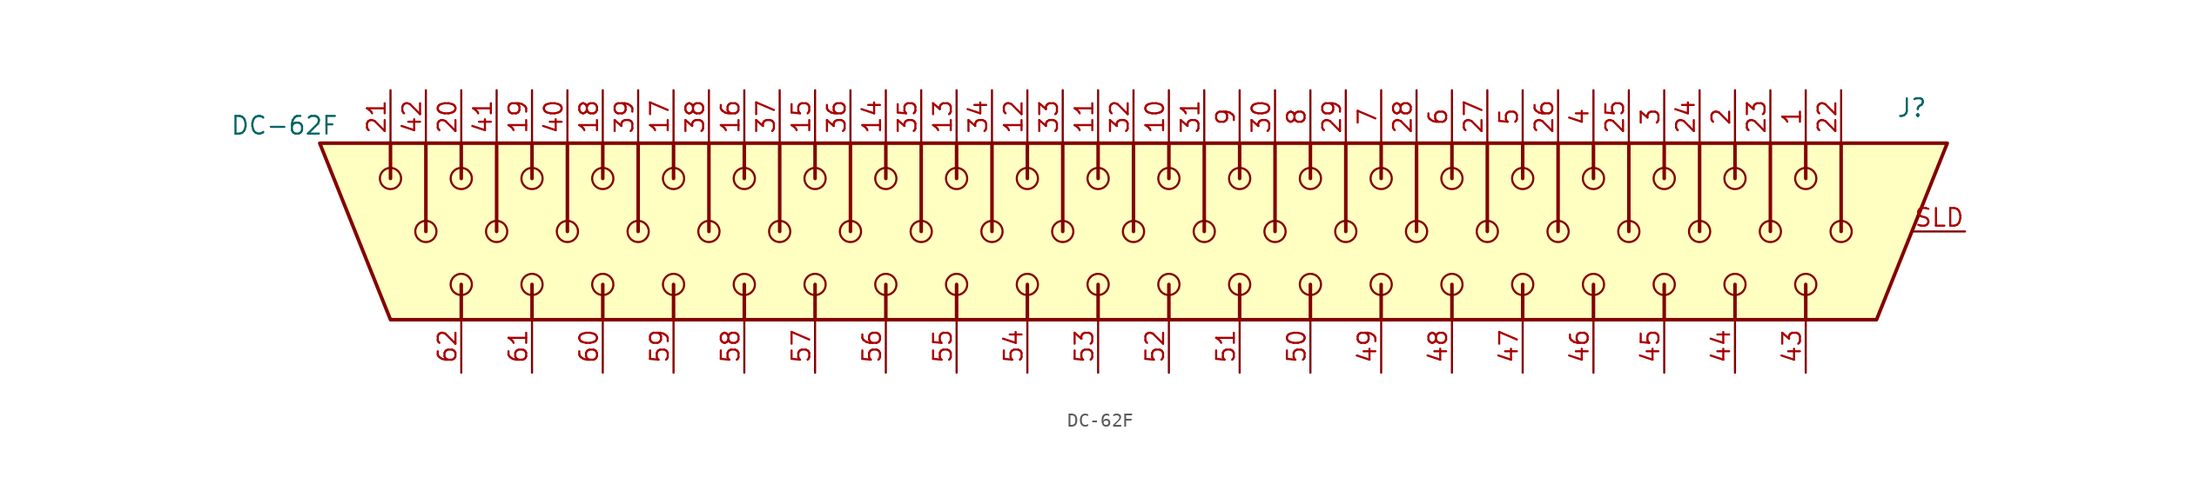
<source format=kicad_sym>
(kicad_symbol_lib
  (version 20241209)
  (generator "kicad_symbol_editor")
  (generator_version "9.0")
  (symbol "DC-62F"
    (pin_names
      (hide yes))
    (property "Reference" "J"
      (at 55.88 8.89 0)
      (effects (font (size 1.27 1.27))))
    (property "Value" "DC-62F"
      (at -60.96 7.62 0)
      (effects (font (size 1.27 1.27))))
    (symbol "DC-62F_0_1"
      (polyline (pts (xy -58.42 6.35) (xy 58.42 6.35) (xy 53.34 -6.35) (xy -53.34 -6.35) (xy -58.42 6.35)) (stroke (width 0.254) (type solid)) (fill (type background)))
      (polyline (pts (xy -48.26 6.35) (xy -48.26 3.81)) (stroke (width 0.254) (type solid)) (fill (type none)))
      (polyline (pts (xy -48.26 -3.81) (xy -48.26 -6.35)) (stroke (width 0.254) (type solid)) (fill (type none)))
      (polyline (pts (xy -45.72 6.35) (xy -45.72 0)) (stroke (width 0.254) (type solid)) (fill (type none)))
      (polyline (pts (xy -43.18 6.35) (xy -43.18 3.81)) (stroke (width 0.254) (type solid)) (fill (type none)))
      (polyline (pts (xy -43.18 -3.81) (xy -43.18 -6.35)) (stroke (width 0.254) (type solid)) (fill (type none)))
      (polyline (pts (xy -40.64 6.35) (xy -40.64 0)) (stroke (width 0.254) (type solid)) (fill (type none)))
      (polyline (pts (xy -38.1 6.35) (xy -38.1 3.81)) (stroke (width 0.254) (type solid)) (fill (type none)))
      (polyline (pts (xy -38.1 -3.81) (xy -38.1 -6.35)) (stroke (width 0.254) (type solid)) (fill (type none)))
      (polyline (pts (xy -35.56 6.35) (xy -35.56 0)) (stroke (width 0.254) (type solid)) (fill (type none)))
      (polyline (pts (xy -33.02 6.35) (xy -33.02 3.81)) (stroke (width 0.254) (type solid)) (fill (type none)))
      (polyline (pts (xy -33.02 -3.81) (xy -33.02 -6.35)) (stroke (width 0.254) (type solid)) (fill (type none)))
      (polyline (pts (xy -30.48 6.35) (xy -30.48 0)) (stroke (width 0.254) (type solid)) (fill (type none)))
      (polyline (pts (xy -27.94 6.35) (xy -27.94 3.81)) (stroke (width 0.254) (type solid)) (fill (type none)))
      (polyline (pts (xy -27.94 -3.81) (xy -27.94 -6.35)) (stroke (width 0.254) (type solid)) (fill (type none)))
      (polyline (pts (xy -25.4 6.35) (xy -25.4 0)) (stroke (width 0.254) (type solid)) (fill (type none)))
      (polyline (pts (xy -22.86 6.35) (xy -22.86 3.81)) (stroke (width 0.254) (type solid)) (fill (type none)))
      (polyline (pts (xy -22.86 -3.81) (xy -22.86 -6.35)) (stroke (width 0.254) (type solid)) (fill (type none)))
      (polyline (pts (xy -20.32 6.35) (xy -20.32 0)) (stroke (width 0.254) (type solid)) (fill (type none)))
      (polyline (pts (xy -17.78 6.35) (xy -17.78 3.81)) (stroke (width 0.254) (type solid)) (fill (type none)))
      (polyline (pts (xy -17.78 -3.81) (xy -17.78 -6.35)) (stroke (width 0.254) (type solid)) (fill (type none)))
      (polyline (pts (xy -15.24 6.35) (xy -15.24 0)) (stroke (width 0.254) (type solid)) (fill (type none)))
      (polyline (pts (xy -12.7 6.35) (xy -12.7 3.81)) (stroke (width 0.254) (type solid)) (fill (type none)))
      (polyline (pts (xy -12.7 -3.81) (xy -12.7 -6.35)) (stroke (width 0.254) (type solid)) (fill (type none)))
      (polyline (pts (xy -10.16 6.35) (xy -10.16 0)) (stroke (width 0.254) (type solid)) (fill (type none)))
      (polyline (pts (xy -7.62 6.35) (xy -7.62 3.81)) (stroke (width 0.254) (type solid)) (fill (type none)))
      (polyline (pts (xy -7.62 -3.81) (xy -7.62 -5.08) (xy -7.62 -6.35)) (stroke (width 0.254) (type solid)) (fill (type none)))
      (polyline (pts (xy -5.08 6.35) (xy -5.08 0)) (stroke (width 0.254) (type solid)) (fill (type none)))
      (polyline (pts (xy -2.54 6.35) (xy -2.54 3.81)) (stroke (width 0.254) (type solid)) (fill (type none)))
      (polyline (pts (xy -2.54 -3.81) (xy -2.54 -6.35)) (stroke (width 0.254) (type solid)) (fill (type none)))
      (polyline (pts (xy 0 6.35) (xy 0 0)) (stroke (width 0.254) (type solid)) (fill (type none)))
      (polyline (pts (xy 2.54 6.35) (xy 2.54 3.81)) (stroke (width 0.254) (type solid)) (fill (type none)))
      (polyline (pts (xy 2.54 -3.81) (xy 2.54 -5.08) (xy 2.54 -6.35)) (stroke (width 0.254) (type solid)) (fill (type none)))
      (polyline (pts (xy 5.08 6.35) (xy 5.08 0)) (stroke (width 0.254) (type solid)) (fill (type none)))
      (polyline (pts (xy 7.62 6.35) (xy 7.62 3.81)) (stroke (width 0.254) (type solid)) (fill (type none)))
      (polyline (pts (xy 7.62 -3.81) (xy 7.62 -6.35)) (stroke (width 0.254) (type solid)) (fill (type none)))
      (polyline (pts (xy 10.16 6.35) (xy 10.16 0)) (stroke (width 0.254) (type solid)) (fill (type none)))
      (polyline (pts (xy 12.7 6.35) (xy 12.7 3.81)) (stroke (width 0.254) (type solid)) (fill (type none)))
      (polyline (pts (xy 12.7 -3.81) (xy 12.7 -6.35)) (stroke (width 0.254) (type solid)) (fill (type none)))
      (polyline (pts (xy 15.24 6.35) (xy 15.24 0)) (stroke (width 0.254) (type solid)) (fill (type none)))
      (polyline (pts (xy 17.78 6.35) (xy 17.78 3.81)) (stroke (width 0.254) (type solid)) (fill (type none)))
      (polyline (pts (xy 17.78 -3.81) (xy 17.78 -6.35)) (stroke (width 0.254) (type solid)) (fill (type none)))
      (polyline (pts (xy 20.32 6.35) (xy 20.32 0)) (stroke (width 0.254) (type solid)) (fill (type none)))
      (polyline (pts (xy 22.86 6.35) (xy 22.86 3.81)) (stroke (width 0.254) (type solid)) (fill (type none)))
      (polyline (pts (xy 22.86 -3.81) (xy 22.86 -6.35)) (stroke (width 0.254) (type solid)) (fill (type none)))
      (polyline (pts (xy 25.4 6.35) (xy 25.4 0)) (stroke (width 0.254) (type solid)) (fill (type none)))
      (polyline (pts (xy 27.94 6.35) (xy 27.94 3.81)) (stroke (width 0.254) (type solid)) (fill (type none)))
      (polyline (pts (xy 27.94 -3.81) (xy 27.94 -6.35)) (stroke (width 0.254) (type solid)) (fill (type none)))
      (polyline (pts (xy 30.48 6.35) (xy 30.48 0)) (stroke (width 0.254) (type solid)) (fill (type none)))
      (polyline (pts (xy 33.02 6.35) (xy 33.02 3.81)) (stroke (width 0.254) (type solid)) (fill (type none)))
      (polyline (pts (xy 33.02 -3.81) (xy 33.02 -6.35)) (stroke (width 0.254) (type solid)) (fill (type none)))
      (polyline (pts (xy 35.56 6.35) (xy 35.56 0)) (stroke (width 0.254) (type solid)) (fill (type none)))
      (polyline (pts (xy 38.1 6.35) (xy 38.1 3.81)) (stroke (width 0.254) (type solid)) (fill (type none)))
      (polyline (pts (xy 38.1 -3.81) (xy 38.1 -6.35)) (stroke (width 0.254) (type solid)) (fill (type none)))
      (polyline (pts (xy 40.64 6.35) (xy 40.64 0)) (stroke (width 0.254) (type solid)) (fill (type none)))
      (polyline (pts (xy 43.18 6.35) (xy 43.18 3.81)) (stroke (width 0.254) (type solid)) (fill (type none)))
      (polyline (pts (xy 43.18 -3.81) (xy 43.18 -6.35)) (stroke (width 0.254) (type solid)) (fill (type none)))
      (polyline (pts (xy 45.72 6.35) (xy 45.72 0)) (stroke (width 0.254) (type solid)) (fill (type none)))
      (polyline (pts (xy 48.26 6.35) (xy 48.26 3.81)) (stroke (width 0.254) (type solid)) (fill (type none))))
    (symbol "DC-62F_1_1"
      (polyline (pts (xy -53.34 6.35) (xy -53.34 3.81)) (stroke (width 0.254) (type solid)) (fill (type none)))
      (circle (center -53.34 3.81) (radius 0.762) (stroke (width 0) (type solid)) (fill (type none)))
      (polyline (pts (xy -50.8 6.35) (xy -50.8 0)) (stroke (width 0.254) (type solid)) (fill (type none)))
      (circle (center -50.8 0) (radius 0.762) (stroke (width 0) (type solid)) (fill (type none)))
      (circle (center -48.26 3.81) (radius 0.762) (stroke (width 0) (type solid)) (fill (type none)))
      (circle (center -48.26 -3.81) (radius 0.762) (stroke (width 0) (type solid)) (fill (type none)))
      (circle (center -45.72 0) (radius 0.762) (stroke (width 0) (type solid)) (fill (type none)))
      (circle (center -43.18 3.81) (radius 0.762) (stroke (width 0) (type solid)) (fill (type none)))
      (circle (center -43.18 -3.81) (radius 0.762) (stroke (width 0) (type solid)) (fill (type none)))
      (circle (center -40.64 0) (radius 0.762) (stroke (width 0) (type solid)) (fill (type none)))
      (circle (center -38.1 3.81) (radius 0.762) (stroke (width 0) (type solid)) (fill (type none)))
      (circle (center -38.1 -3.81) (radius 0.762) (stroke (width 0) (type solid)) (fill (type none)))
      (circle (center -35.56 0) (radius 0.762) (stroke (width 0) (type solid)) (fill (type none)))
      (circle (center -33.02 3.81) (radius 0.762) (stroke (width 0) (type solid)) (fill (type none)))
      (circle (center -33.02 -3.81) (radius 0.762) (stroke (width 0) (type solid)) (fill (type none)))
      (circle (center -30.48 0) (radius 0.762) (stroke (width 0) (type solid)) (fill (type none)))
      (circle (center -27.94 3.81) (radius 0.762) (stroke (width 0) (type solid)) (fill (type none)))
      (circle (center -27.94 -3.81) (radius 0.762) (stroke (width 0) (type solid)) (fill (type none)))
      (circle (center -25.4 0) (radius 0.762) (stroke (width 0) (type solid)) (fill (type none)))
      (circle (center -22.86 3.81) (radius 0.762) (stroke (width 0) (type solid)) (fill (type none)))
      (circle (center -22.86 -3.81) (radius 0.762) (stroke (width 0) (type solid)) (fill (type none)))
      (circle (center -20.32 0) (radius 0.762) (stroke (width 0) (type solid)) (fill (type none)))
      (circle (center -17.78 3.81) (radius 0.762) (stroke (width 0) (type solid)) (fill (type none)))
      (circle (center -17.78 -3.81) (radius 0.762) (stroke (width 0) (type solid)) (fill (type none)))
      (circle (center -15.24 0) (radius 0.762) (stroke (width 0) (type solid)) (fill (type none)))
      (circle (center -12.7 3.81) (radius 0.762) (stroke (width 0) (type solid)) (fill (type none)))
      (circle (center -12.7 -3.81) (radius 0.762) (stroke (width 0) (type solid)) (fill (type none)))
      (circle (center -10.16 0) (radius 0.762) (stroke (width 0) (type solid)) (fill (type none)))
      (circle (center -7.62 3.81) (radius 0.762) (stroke (width 0) (type solid)) (fill (type none)))
      (circle (center -7.62 -3.81) (radius 0.762) (stroke (width 0) (type solid)) (fill (type none)))
      (circle (center -5.08 0) (radius 0.762) (stroke (width 0) (type solid)) (fill (type none)))
      (circle (center -2.54 3.81) (radius 0.762) (stroke (width 0) (type solid)) (fill (type none)))
      (circle (center -2.54 -3.81) (radius 0.762) (stroke (width 0) (type solid)) (fill (type none)))
      (circle (center 0 0) (radius 0.762) (stroke (width 0) (type solid)) (fill (type none)))
      (circle (center 2.54 3.81) (radius 0.762) (stroke (width 0) (type solid)) (fill (type none)))
      (circle (center 2.54 -3.81) (radius 0.762) (stroke (width 0) (type solid)) (fill (type none)))
      (circle (center 5.08 0) (radius 0.762) (stroke (width 0) (type solid)) (fill (type none)))
      (circle (center 7.62 3.81) (radius 0.762) (stroke (width 0) (type solid)) (fill (type none)))
      (circle (center 7.62 -3.81) (radius 0.762) (stroke (width 0) (type solid)) (fill (type none)))
      (circle (center 10.16 0) (radius 0.762) (stroke (width 0) (type solid)) (fill (type none)))
      (circle (center 12.7 3.81) (radius 0.762) (stroke (width 0) (type solid)) (fill (type none)))
      (circle (center 12.7 -3.81) (radius 0.762) (stroke (width 0) (type solid)) (fill (type none)))
      (circle (center 15.24 0) (radius 0.762) (stroke (width 0) (type solid)) (fill (type none)))
      (circle (center 17.78 3.81) (radius 0.762) (stroke (width 0) (type solid)) (fill (type none)))
      (circle (center 17.78 -3.81) (radius 0.762) (stroke (width 0) (type solid)) (fill (type none)))
      (circle (center 20.32 0) (radius 0.762) (stroke (width 0) (type solid)) (fill (type none)))
      (circle (center 22.86 3.81) (radius 0.762) (stroke (width 0) (type solid)) (fill (type none)))
      (circle (center 22.86 -3.81) (radius 0.762) (stroke (width 0) (type solid)) (fill (type none)))
      (circle (center 25.4 0) (radius 0.762) (stroke (width 0) (type solid)) (fill (type none)))
      (circle (center 27.94 3.81) (radius 0.762) (stroke (width 0) (type solid)) (fill (type none)))
      (circle (center 27.94 -3.81) (radius 0.762) (stroke (width 0) (type solid)) (fill (type none)))
      (circle (center 30.48 0) (radius 0.762) (stroke (width 0) (type solid)) (fill (type none)))
      (circle (center 33.02 3.81) (radius 0.762) (stroke (width 0) (type solid)) (fill (type none)))
      (circle (center 33.02 -3.81) (radius 0.762) (stroke (width 0) (type solid)) (fill (type none)))
      (circle (center 35.56 0) (radius 0.762) (stroke (width 0) (type solid)) (fill (type none)))
      (circle (center 38.1 3.81) (radius 0.762) (stroke (width 0) (type solid)) (fill (type none)))
      (circle (center 38.1 -3.81) (radius 0.762) (stroke (width 0) (type solid)) (fill (type none)))
      (circle (center 40.64 0) (radius 0.762) (stroke (width 0) (type solid)) (fill (type none)))
      (circle (center 43.18 3.81) (radius 0.762) (stroke (width 0) (type solid)) (fill (type none)))
      (circle (center 43.18 -3.81) (radius 0.762) (stroke (width 0) (type solid)) (fill (type none)))
      (circle (center 45.72 0) (radius 0.762) (stroke (width 0) (type solid)) (fill (type none)))
      (circle (center 48.26 3.81) (radius 0.762) (stroke (width 0) (type solid)) (fill (type none)))
      (polyline (pts (xy 48.26 -3.81) (xy 48.26 -6.35)) (stroke (width 0.254) (type solid)) (fill (type none)))
      (circle (center 48.26 -3.81) (radius 0.762) (stroke (width 0) (type solid)) (fill (type none)))
      (polyline (pts (xy 50.8 6.35) (xy 50.8 0)) (stroke (width 0.254) (type solid)) (fill (type none)))
      (circle (center 50.8 0) (radius 0.762) (stroke (width 0) (type solid)) (fill (type none)))
      (pin passive line (at -53.34 10.16 270) (length 3.81) (name "~" (effects (font (size 1.27 1.27)))) (number "21" (effects (font (size 1.27 1.27)))))
      (pin passive line (at -50.8 10.16 270) (length 3.81) (name "~" (effects (font (size 1.27 1.27)))) (number "42" (effects (font (size 1.27 1.27)))))
      (pin passive line (at -48.26 10.16 270) (length 3.81) (name "~" (effects (font (size 1.27 1.27)))) (number "20" (effects (font (size 1.27 1.27)))))
      (pin passive line (at -48.26 -10.16 90) (length 3.81) (name "~" (effects (font (size 1.27 1.27)))) (number "62" (effects (font (size 1.27 1.27)))))
      (pin passive line (at -45.72 10.16 270) (length 3.81) (name "~" (effects (font (size 1.27 1.27)))) (number "41" (effects (font (size 1.27 1.27)))))
      (pin passive line (at -43.18 10.16 270) (length 3.81) (name "~" (effects (font (size 1.27 1.27)))) (number "19" (effects (font (size 1.27 1.27)))))
      (pin passive line (at -43.18 -10.16 90) (length 3.81) (name "~" (effects (font (size 1.27 1.27)))) (number "61" (effects (font (size 1.27 1.27)))))
      (pin passive line (at -40.64 10.16 270) (length 3.81) (name "~" (effects (font (size 1.27 1.27)))) (number "40" (effects (font (size 1.27 1.27)))))
      (pin passive line (at -38.1 10.16 270) (length 3.81) (name "~" (effects (font (size 1.27 1.27)))) (number "18" (effects (font (size 1.27 1.27)))))
      (pin passive line (at -38.1 -10.16 90) (length 3.81) (name "~" (effects (font (size 1.27 1.27)))) (number "60" (effects (font (size 1.27 1.27)))))
      (pin passive line (at -35.56 10.16 270) (length 3.81) (name "~" (effects (font (size 1.27 1.27)))) (number "39" (effects (font (size 1.27 1.27)))))
      (pin passive line (at -33.02 10.16 270) (length 3.81) (name "~" (effects (font (size 1.27 1.27)))) (number "17" (effects (font (size 1.27 1.27)))))
      (pin passive line (at -33.02 -10.16 90) (length 3.81) (name "~" (effects (font (size 1.27 1.27)))) (number "59" (effects (font (size 1.27 1.27)))))
      (pin passive line (at -30.48 10.16 270) (length 3.81) (name "~" (effects (font (size 1.27 1.27)))) (number "38" (effects (font (size 1.27 1.27)))))
      (pin passive line (at -27.94 10.16 270) (length 3.81) (name "~" (effects (font (size 1.27 1.27)))) (number "16" (effects (font (size 1.27 1.27)))))
      (pin passive line (at -27.94 -10.16 90) (length 3.81) (name "~" (effects (font (size 1.27 1.27)))) (number "58" (effects (font (size 1.27 1.27)))))
      (pin passive line (at -25.4 10.16 270) (length 3.81) (name "~" (effects (font (size 1.27 1.27)))) (number "37" (effects (font (size 1.27 1.27)))))
      (pin passive line (at -22.86 10.16 270) (length 3.81) (name "~" (effects (font (size 1.27 1.27)))) (number "15" (effects (font (size 1.27 1.27)))))
      (pin passive line (at -22.86 -10.16 90) (length 3.81) (name "~" (effects (font (size 1.27 1.27)))) (number "57" (effects (font (size 1.27 1.27)))))
      (pin passive line (at -20.32 10.16 270) (length 3.81) (name "~" (effects (font (size 1.27 1.27)))) (number "36" (effects (font (size 1.27 1.27)))))
      (pin passive line (at -17.78 10.16 270) (length 3.81) (name "~" (effects (font (size 1.27 1.27)))) (number "14" (effects (font (size 1.27 1.27)))))
      (pin passive line (at -17.78 -10.16 90) (length 3.81) (name "~" (effects (font (size 1.27 1.27)))) (number "56" (effects (font (size 1.27 1.27)))))
      (pin passive line (at -15.24 10.16 270) (length 3.81) (name "~" (effects (font (size 1.27 1.27)))) (number "35" (effects (font (size 1.27 1.27)))))
      (pin passive line (at -12.7 10.16 270) (length 3.81) (name "~" (effects (font (size 1.27 1.27)))) (number "13" (effects (font (size 1.27 1.27)))))
      (pin passive line (at -12.7 -10.16 90) (length 3.81) (name "~" (effects (font (size 1.27 1.27)))) (number "55" (effects (font (size 1.27 1.27)))))
      (pin passive line (at -10.16 10.16 270) (length 3.81) (name "~" (effects (font (size 1.27 1.27)))) (number "34" (effects (font (size 1.27 1.27)))))
      (pin passive line (at -7.62 10.16 270) (length 3.81) (name "~" (effects (font (size 1.27 1.27)))) (number "12" (effects (font (size 1.27 1.27)))))
      (pin passive line (at -7.62 -10.16 90) (length 3.81) (name "~" (effects (font (size 1.27 1.27)))) (number "54" (effects (font (size 1.27 1.27)))))
      (pin passive line (at -5.08 10.16 270) (length 3.81) (name "~" (effects (font (size 1.27 1.27)))) (number "33" (effects (font (size 1.27 1.27)))))
      (pin passive line (at -2.54 10.16 270) (length 3.81) (name "~" (effects (font (size 1.27 1.27)))) (number "11" (effects (font (size 1.27 1.27)))))
      (pin passive line (at -2.54 -10.16 90) (length 3.81) (name "~" (effects (font (size 1.27 1.27)))) (number "53" (effects (font (size 1.27 1.27)))))
      (pin passive line (at 0 10.16 270) (length 3.81) (name "~" (effects (font (size 1.27 1.27)))) (number "32" (effects (font (size 1.27 1.27)))))
      (pin passive line (at 2.54 10.16 270) (length 3.81) (name "~" (effects (font (size 1.27 1.27)))) (number "10" (effects (font (size 1.27 1.27)))))
      (pin passive line (at 2.54 -10.16 90) (length 3.81) (name "~" (effects (font (size 1.27 1.27)))) (number "52" (effects (font (size 1.27 1.27)))))
      (pin passive line (at 5.08 10.16 270) (length 3.81) (name "~" (effects (font (size 1.27 1.27)))) (number "31" (effects (font (size 1.27 1.27)))))
      (pin passive line (at 7.62 10.16 270) (length 3.81) (name "~" (effects (font (size 1.27 1.27)))) (number "9" (effects (font (size 1.27 1.27)))))
      (pin passive line (at 7.62 -10.16 90) (length 3.81) (name "~" (effects (font (size 1.27 1.27)))) (number "51" (effects (font (size 1.27 1.27)))))
      (pin passive line (at 10.16 10.16 270) (length 3.81) (name "~" (effects (font (size 1.27 1.27)))) (number "30" (effects (font (size 1.27 1.27)))))
      (pin passive line (at 12.7 10.16 270) (length 3.81) (name "~" (effects (font (size 1.27 1.27)))) (number "8" (effects (font (size 1.27 1.27)))))
      (pin passive line (at 12.7 -10.16 90) (length 3.81) (name "~" (effects (font (size 1.27 1.27)))) (number "50" (effects (font (size 1.27 1.27)))))
      (pin passive line (at 15.24 10.16 270) (length 3.81) (name "~" (effects (font (size 1.27 1.27)))) (number "29" (effects (font (size 1.27 1.27)))))
      (pin passive line (at 17.78 10.16 270) (length 3.81) (name "~" (effects (font (size 1.27 1.27)))) (number "7" (effects (font (size 1.27 1.27)))))
      (pin passive line (at 17.78 -10.16 90) (length 3.81) (name "~" (effects (font (size 1.27 1.27)))) (number "49" (effects (font (size 1.27 1.27)))))
      (pin passive line (at 20.32 10.16 270) (length 3.81) (name "~" (effects (font (size 1.27 1.27)))) (number "28" (effects (font (size 1.27 1.27)))))
      (pin passive line (at 22.86 10.16 270) (length 3.81) (name "~" (effects (font (size 1.27 1.27)))) (number "6" (effects (font (size 1.27 1.27)))))
      (pin passive line (at 22.86 -10.16 90) (length 3.81) (name "~" (effects (font (size 1.27 1.27)))) (number "48" (effects (font (size 1.27 1.27)))))
      (pin passive line (at 25.4 10.16 270) (length 3.81) (name "~" (effects (font (size 1.27 1.27)))) (number "27" (effects (font (size 1.27 1.27)))))
      (pin passive line (at 27.94 10.16 270) (length 3.81) (name "~" (effects (font (size 1.27 1.27)))) (number "5" (effects (font (size 1.27 1.27)))))
      (pin passive line (at 27.94 -10.16 90) (length 3.81) (name "~" (effects (font (size 1.27 1.27)))) (number "47" (effects (font (size 1.27 1.27)))))
      (pin passive line (at 30.48 10.16 270) (length 3.81) (name "~" (effects (font (size 1.27 1.27)))) (number "26" (effects (font (size 1.27 1.27)))))
      (pin passive line (at 33.02 10.16 270) (length 3.81) (name "~" (effects (font (size 1.27 1.27)))) (number "4" (effects (font (size 1.27 1.27)))))
      (pin passive line (at 33.02 -10.16 90) (length 3.81) (name "~" (effects (font (size 1.27 1.27)))) (number "46" (effects (font (size 1.27 1.27)))))
      (pin passive line (at 35.56 10.16 270) (length 3.81) (name "~" (effects (font (size 1.27 1.27)))) (number "25" (effects (font (size 1.27 1.27)))))
      (pin passive line (at 38.1 10.16 270) (length 3.81) (name "~" (effects (font (size 1.27 1.27)))) (number "3" (effects (font (size 1.27 1.27)))))
      (pin passive line (at 38.1 -10.16 90) (length 3.81) (name "~" (effects (font (size 1.27 1.27)))) (number "45" (effects (font (size 1.27 1.27)))))
      (pin passive line (at 40.64 10.16 270) (length 3.81) (name "~" (effects (font (size 1.27 1.27)))) (number "24" (effects (font (size 1.27 1.27)))))
      (pin passive line (at 43.18 10.16 270) (length 3.81) (name "~" (effects (font (size 1.27 1.27)))) (number "2" (effects (font (size 1.27 1.27)))))
      (pin passive line (at 43.18 -10.16 90) (length 3.81) (name "~" (effects (font (size 1.27 1.27)))) (number "44" (effects (font (size 1.27 1.27)))))
      (pin passive line (at 45.72 10.16 270) (length 3.81) (name "~" (effects (font (size 1.27 1.27)))) (number "23" (effects (font (size 1.27 1.27)))))
      (pin passive line (at 48.26 10.16 270) (length 3.81) (name "~" (effects (font (size 1.27 1.27)))) (number "1" (effects (font (size 1.27 1.27)))))
      (pin passive line (at 48.26 -10.16 90) (length 3.81) (name "~" (effects (font (size 1.27 1.27)))) (number "43" (effects (font (size 1.27 1.27)))))
      (pin passive line (at 50.8 10.16 270) (length 3.81) (name "~" (effects (font (size 1.27 1.27)))) (number "22" (effects (font (size 1.27 1.27)))))
      (pin passive line (at 59.69 0 180) (length 3.683) (name "SHIELD" (effects (font (size 1.27 1.27)))) (number "SLD" (effects (font (size 1.27 1.27))))))))
</source>
